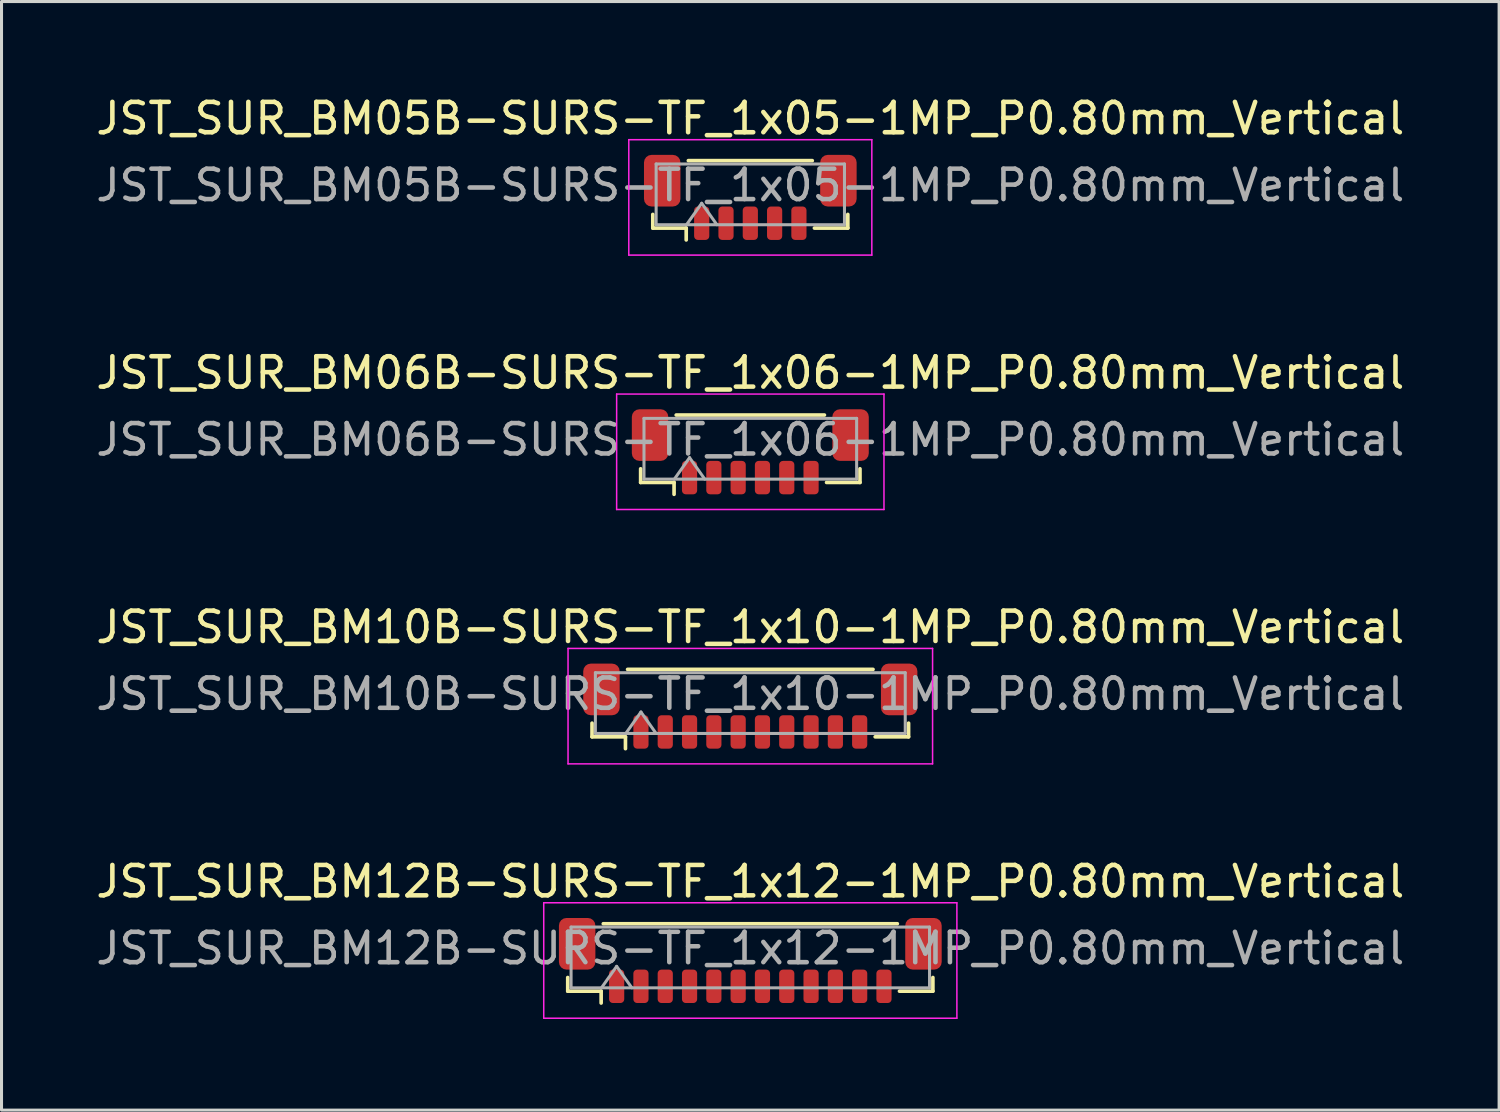
<source format=kicad_pcb>
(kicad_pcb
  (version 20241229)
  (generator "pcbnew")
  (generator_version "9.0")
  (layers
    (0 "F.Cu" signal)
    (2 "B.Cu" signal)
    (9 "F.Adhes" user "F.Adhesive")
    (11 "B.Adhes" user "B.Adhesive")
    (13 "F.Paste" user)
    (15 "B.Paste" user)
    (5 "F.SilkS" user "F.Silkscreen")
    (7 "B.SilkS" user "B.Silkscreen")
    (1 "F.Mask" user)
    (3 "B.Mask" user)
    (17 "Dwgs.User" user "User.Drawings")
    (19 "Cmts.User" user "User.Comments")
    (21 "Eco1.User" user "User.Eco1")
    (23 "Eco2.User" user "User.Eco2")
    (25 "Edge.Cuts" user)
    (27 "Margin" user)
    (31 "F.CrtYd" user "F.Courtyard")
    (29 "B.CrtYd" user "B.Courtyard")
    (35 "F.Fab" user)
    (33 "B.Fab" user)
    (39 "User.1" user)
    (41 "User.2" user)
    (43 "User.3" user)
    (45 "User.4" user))
  (footprint "JST_SUR_BM05B-SURS-TF_1x05-1MP_P0.80mm_Vertical"
    (layer "F.Cu")
    (at 21.649 3.448)
    (property "Reference" "JST_SUR_BM05B-SURS-TF_1x05-1MP_P0.80mm_Vertical" (at 0 -2.6 0) (layer "F.SilkS") (effects (font (size 1 1) (thickness 0.15))))
    (attr smd)
    (fp_line (start -3.21 0.56) (end -3.21 1.01) (stroke (width 0.12) (type solid)) (layer "F.SilkS"))
    (fp_line (start -3.21 1.01) (end -2.11 1.01) (stroke (width 0.12) (type solid)) (layer "F.SilkS"))
    (fp_line (start -2.11 1.01) (end -2.11 1.4) (stroke (width 0.12) (type solid)) (layer "F.SilkS"))
    (fp_line (start -2.04 -1.21) (end 2.04 -1.21) (stroke (width 0.12) (type solid)) (layer "F.SilkS"))
    (fp_line (start 3.21 0.56) (end 3.21 1.01) (stroke (width 0.12) (type solid)) (layer "F.SilkS"))
    (fp_line (start 3.21 1.01) (end 2.11 1.01) (stroke (width 0.12) (type solid)) (layer "F.SilkS"))
    (fp_line (start -4 -1.9) (end -4 1.9) (stroke (width 0.05) (type solid)) (layer "F.CrtYd"))
    (fp_line (start -4 1.9) (end 4 1.9) (stroke (width 0.05) (type solid)) (layer "F.CrtYd"))
    (fp_line (start 4 -1.9) (end -4 -1.9) (stroke (width 0.05) (type solid)) (layer "F.CrtYd"))
    (fp_line (start 4 1.9) (end 4 -1.9) (stroke (width 0.05) (type solid)) (layer "F.CrtYd"))
    (fp_line (start -3.1 -1.1) (end 3.1 -1.1) (stroke (width 0.1) (type solid)) (layer "F.Fab"))
    (fp_line (start -3.1 0.9) (end -3.1 -1.1) (stroke (width 0.1) (type solid)) (layer "F.Fab"))
    (fp_line (start -3.1 0.9) (end 3.1 0.9) (stroke (width 0.1) (type solid)) (layer "F.Fab"))
    (fp_line (start -2.1 0.9) (end -1.6 0.193) (stroke (width 0.1) (type solid)) (layer "F.Fab"))
    (fp_line (start -1.6 0.193) (end -1.1 0.9) (stroke (width 0.1) (type solid)) (layer "F.Fab"))
    (fp_line (start 3.1 0.9) (end 3.1 -1.1) (stroke (width 0.1) (type solid)) (layer "F.Fab"))
    (fp_text user "${REFERENCE}" (at 0 -0.4 0) (layer "F.Fab") (effects (font (size 1 1) (thickness 0.15))))
    (pad "1" smd roundrect (at -1.6 0.85) (size 0.5 1.1) (layers "F.Cu" "F.Mask" "F.Paste") (roundrect_rratio 0.25))
    (pad "2" smd roundrect (at -0.8 0.85) (size 0.5 1.1) (layers "F.Cu" "F.Mask" "F.Paste") (roundrect_rratio 0.25))
    (pad "3" smd roundrect (at 0 0.85) (size 0.5 1.1) (layers "F.Cu" "F.Mask" "F.Paste") (roundrect_rratio 0.25))
    (pad "4" smd roundrect (at 0.8 0.85) (size 0.5 1.1) (layers "F.Cu" "F.Mask" "F.Paste") (roundrect_rratio 0.25))
    (pad "5" smd roundrect (at 1.6 0.85) (size 0.5 1.1) (layers "F.Cu" "F.Mask" "F.Paste") (roundrect_rratio 0.25))
    (pad "MP" smd roundrect (at -2.9 -0.55) (size 1.2 1.7) (layers "F.Cu" "F.Mask" "F.Paste") (roundrect_rratio 0.208))
    (pad "MP" smd roundrect (at 2.9 -0.55) (size 1.2 1.7) (layers "F.Cu" "F.Mask" "F.Paste") (roundrect_rratio 0.208)))
  (footprint "JST_SUR_BM12B-SURS-TF_1x12-1MP_P0.80mm_Vertical"
    (layer "F.Cu")
    (at 21.649 28.568)
    (property "Reference" "JST_SUR_BM12B-SURS-TF_1x12-1MP_P0.80mm_Vertical" (at 0 -2.6 0) (layer "F.SilkS") (effects (font (size 1 1) (thickness 0.15))))
    (attr smd)
    (fp_line (start -6.01 0.56) (end -6.01 1.01) (stroke (width 0.12) (type solid)) (layer "F.SilkS"))
    (fp_line (start -6.01 1.01) (end -4.91 1.01) (stroke (width 0.12) (type solid)) (layer "F.SilkS"))
    (fp_line (start -4.91 1.01) (end -4.91 1.4) (stroke (width 0.12) (type solid)) (layer "F.SilkS"))
    (fp_line (start -4.84 -1.21) (end 4.84 -1.21) (stroke (width 0.12) (type solid)) (layer "F.SilkS"))
    (fp_line (start 6.01 0.56) (end 6.01 1.01) (stroke (width 0.12) (type solid)) (layer "F.SilkS"))
    (fp_line (start 6.01 1.01) (end 4.91 1.01) (stroke (width 0.12) (type solid)) (layer "F.SilkS"))
    (fp_line (start -6.8 -1.9) (end -6.8 1.9) (stroke (width 0.05) (type solid)) (layer "F.CrtYd"))
    (fp_line (start -6.8 1.9) (end 6.8 1.9) (stroke (width 0.05) (type solid)) (layer "F.CrtYd"))
    (fp_line (start 6.8 -1.9) (end -6.8 -1.9) (stroke (width 0.05) (type solid)) (layer "F.CrtYd"))
    (fp_line (start 6.8 1.9) (end 6.8 -1.9) (stroke (width 0.05) (type solid)) (layer "F.CrtYd"))
    (fp_line (start -5.9 -1.1) (end 5.9 -1.1) (stroke (width 0.1) (type solid)) (layer "F.Fab"))
    (fp_line (start -5.9 0.9) (end -5.9 -1.1) (stroke (width 0.1) (type solid)) (layer "F.Fab"))
    (fp_line (start -5.9 0.9) (end 5.9 0.9) (stroke (width 0.1) (type solid)) (layer "F.Fab"))
    (fp_line (start -4.9 0.9) (end -4.4 0.193) (stroke (width 0.1) (type solid)) (layer "F.Fab"))
    (fp_line (start -4.4 0.193) (end -3.9 0.9) (stroke (width 0.1) (type solid)) (layer "F.Fab"))
    (fp_line (start 5.9 0.9) (end 5.9 -1.1) (stroke (width 0.1) (type solid)) (layer "F.Fab"))
    (fp_text user "${REFERENCE}" (at 0 -0.4 0) (layer "F.Fab") (effects (font (size 1 1) (thickness 0.15))))
    (pad "1" smd roundrect (at -4.4 0.85) (size 0.5 1.1) (layers "F.Cu" "F.Mask" "F.Paste") (roundrect_rratio 0.25))
    (pad "2" smd roundrect (at -3.6 0.85) (size 0.5 1.1) (layers "F.Cu" "F.Mask" "F.Paste") (roundrect_rratio 0.25))
    (pad "3" smd roundrect (at -2.8 0.85) (size 0.5 1.1) (layers "F.Cu" "F.Mask" "F.Paste") (roundrect_rratio 0.25))
    (pad "4" smd roundrect (at -2 0.85) (size 0.5 1.1) (layers "F.Cu" "F.Mask" "F.Paste") (roundrect_rratio 0.25))
    (pad "5" smd roundrect (at -1.2 0.85) (size 0.5 1.1) (layers "F.Cu" "F.Mask" "F.Paste") (roundrect_rratio 0.25))
    (pad "6" smd roundrect (at -0.4 0.85) (size 0.5 1.1) (layers "F.Cu" "F.Mask" "F.Paste") (roundrect_rratio 0.25))
    (pad "7" smd roundrect (at 0.4 0.85) (size 0.5 1.1) (layers "F.Cu" "F.Mask" "F.Paste") (roundrect_rratio 0.25))
    (pad "8" smd roundrect (at 1.2 0.85) (size 0.5 1.1) (layers "F.Cu" "F.Mask" "F.Paste") (roundrect_rratio 0.25))
    (pad "9" smd roundrect (at 2 0.85) (size 0.5 1.1) (layers "F.Cu" "F.Mask" "F.Paste") (roundrect_rratio 0.25))
    (pad "10" smd roundrect (at 2.8 0.85) (size 0.5 1.1) (layers "F.Cu" "F.Mask" "F.Paste") (roundrect_rratio 0.25))
    (pad "11" smd roundrect (at 3.6 0.85) (size 0.5 1.1) (layers "F.Cu" "F.Mask" "F.Paste") (roundrect_rratio 0.25))
    (pad "12" smd roundrect (at 4.4 0.85) (size 0.5 1.1) (layers "F.Cu" "F.Mask" "F.Paste") (roundrect_rratio 0.25))
    (pad "MP" smd roundrect (at -5.7 -0.55) (size 1.2 1.7) (layers "F.Cu" "F.Mask" "F.Paste") (roundrect_rratio 0.208))
    (pad "MP" smd roundrect (at 5.7 -0.55) (size 1.2 1.7) (layers "F.Cu" "F.Mask" "F.Paste") (roundrect_rratio 0.208)))
  (footprint "JST_SUR_BM10B-SURS-TF_1x10-1MP_P0.80mm_Vertical"
    (layer "F.Cu")
    (at 21.649 20.195)
    (property "Reference" "JST_SUR_BM10B-SURS-TF_1x10-1MP_P0.80mm_Vertical" (at 0 -2.6 0) (layer "F.SilkS") (effects (font (size 1 1) (thickness 0.15))))
    (attr smd)
    (fp_line (start -5.21 0.56) (end -5.21 1.01) (stroke (width 0.12) (type solid)) (layer "F.SilkS"))
    (fp_line (start -5.21 1.01) (end -4.11 1.01) (stroke (width 0.12) (type solid)) (layer "F.SilkS"))
    (fp_line (start -4.11 1.01) (end -4.11 1.4) (stroke (width 0.12) (type solid)) (layer "F.SilkS"))
    (fp_line (start -4.04 -1.21) (end 4.04 -1.21) (stroke (width 0.12) (type solid)) (layer "F.SilkS"))
    (fp_line (start 5.21 0.56) (end 5.21 1.01) (stroke (width 0.12) (type solid)) (layer "F.SilkS"))
    (fp_line (start 5.21 1.01) (end 4.11 1.01) (stroke (width 0.12) (type solid)) (layer "F.SilkS"))
    (fp_line (start -6 -1.9) (end -6 1.9) (stroke (width 0.05) (type solid)) (layer "F.CrtYd"))
    (fp_line (start -6 1.9) (end 6 1.9) (stroke (width 0.05) (type solid)) (layer "F.CrtYd"))
    (fp_line (start 6 -1.9) (end -6 -1.9) (stroke (width 0.05) (type solid)) (layer "F.CrtYd"))
    (fp_line (start 6 1.9) (end 6 -1.9) (stroke (width 0.05) (type solid)) (layer "F.CrtYd"))
    (fp_line (start -5.1 -1.1) (end 5.1 -1.1) (stroke (width 0.1) (type solid)) (layer "F.Fab"))
    (fp_line (start -5.1 0.9) (end -5.1 -1.1) (stroke (width 0.1) (type solid)) (layer "F.Fab"))
    (fp_line (start -5.1 0.9) (end 5.1 0.9) (stroke (width 0.1) (type solid)) (layer "F.Fab"))
    (fp_line (start -4.1 0.9) (end -3.6 0.193) (stroke (width 0.1) (type solid)) (layer "F.Fab"))
    (fp_line (start -3.6 0.193) (end -3.1 0.9) (stroke (width 0.1) (type solid)) (layer "F.Fab"))
    (fp_line (start 5.1 0.9) (end 5.1 -1.1) (stroke (width 0.1) (type solid)) (layer "F.Fab"))
    (fp_text user "${REFERENCE}" (at 0 -0.4 0) (layer "F.Fab") (effects (font (size 1 1) (thickness 0.15))))
    (pad "1" smd roundrect (at -3.6 0.85) (size 0.5 1.1) (layers "F.Cu" "F.Mask" "F.Paste") (roundrect_rratio 0.25))
    (pad "2" smd roundrect (at -2.8 0.85) (size 0.5 1.1) (layers "F.Cu" "F.Mask" "F.Paste") (roundrect_rratio 0.25))
    (pad "3" smd roundrect (at -2 0.85) (size 0.5 1.1) (layers "F.Cu" "F.Mask" "F.Paste") (roundrect_rratio 0.25))
    (pad "4" smd roundrect (at -1.2 0.85) (size 0.5 1.1) (layers "F.Cu" "F.Mask" "F.Paste") (roundrect_rratio 0.25))
    (pad "5" smd roundrect (at -0.4 0.85) (size 0.5 1.1) (layers "F.Cu" "F.Mask" "F.Paste") (roundrect_rratio 0.25))
    (pad "6" smd roundrect (at 0.4 0.85) (size 0.5 1.1) (layers "F.Cu" "F.Mask" "F.Paste") (roundrect_rratio 0.25))
    (pad "7" smd roundrect (at 1.2 0.85) (size 0.5 1.1) (layers "F.Cu" "F.Mask" "F.Paste") (roundrect_rratio 0.25))
    (pad "8" smd roundrect (at 2 0.85) (size 0.5 1.1) (layers "F.Cu" "F.Mask" "F.Paste") (roundrect_rratio 0.25))
    (pad "9" smd roundrect (at 2.8 0.85) (size 0.5 1.1) (layers "F.Cu" "F.Mask" "F.Paste") (roundrect_rratio 0.25))
    (pad "10" smd roundrect (at 3.6 0.85) (size 0.5 1.1) (layers "F.Cu" "F.Mask" "F.Paste") (roundrect_rratio 0.25))
    (pad "MP" smd roundrect (at -4.9 -0.55) (size 1.2 1.7) (layers "F.Cu" "F.Mask" "F.Paste") (roundrect_rratio 0.208))
    (pad "MP" smd roundrect (at 4.9 -0.55) (size 1.2 1.7) (layers "F.Cu" "F.Mask" "F.Paste") (roundrect_rratio 0.208)))
  (footprint "JST_SUR_BM06B-SURS-TF_1x06-1MP_P0.80mm_Vertical"
    (layer "F.Cu")
    (at 21.649 11.822)
    (property "Reference" "JST_SUR_BM06B-SURS-TF_1x06-1MP_P0.80mm_Vertical" (at 0 -2.6 0) (layer "F.SilkS") (effects (font (size 1 1) (thickness 0.15))))
    (attr smd)
    (fp_line (start -3.61 0.56) (end -3.61 1.01) (stroke (width 0.12) (type solid)) (layer "F.SilkS"))
    (fp_line (start -3.61 1.01) (end -2.51 1.01) (stroke (width 0.12) (type solid)) (layer "F.SilkS"))
    (fp_line (start -2.51 1.01) (end -2.51 1.4) (stroke (width 0.12) (type solid)) (layer "F.SilkS"))
    (fp_line (start -2.44 -1.21) (end 2.44 -1.21) (stroke (width 0.12) (type solid)) (layer "F.SilkS"))
    (fp_line (start 3.61 0.56) (end 3.61 1.01) (stroke (width 0.12) (type solid)) (layer "F.SilkS"))
    (fp_line (start 3.61 1.01) (end 2.51 1.01) (stroke (width 0.12) (type solid)) (layer "F.SilkS"))
    (fp_line (start -4.4 -1.9) (end -4.4 1.9) (stroke (width 0.05) (type solid)) (layer "F.CrtYd"))
    (fp_line (start -4.4 1.9) (end 4.4 1.9) (stroke (width 0.05) (type solid)) (layer "F.CrtYd"))
    (fp_line (start 4.4 -1.9) (end -4.4 -1.9) (stroke (width 0.05) (type solid)) (layer "F.CrtYd"))
    (fp_line (start 4.4 1.9) (end 4.4 -1.9) (stroke (width 0.05) (type solid)) (layer "F.CrtYd"))
    (fp_line (start -3.5 -1.1) (end 3.5 -1.1) (stroke (width 0.1) (type solid)) (layer "F.Fab"))
    (fp_line (start -3.5 0.9) (end -3.5 -1.1) (stroke (width 0.1) (type solid)) (layer "F.Fab"))
    (fp_line (start -3.5 0.9) (end 3.5 0.9) (stroke (width 0.1) (type solid)) (layer "F.Fab"))
    (fp_line (start -2.5 0.9) (end -2 0.193) (stroke (width 0.1) (type solid)) (layer "F.Fab"))
    (fp_line (start -2 0.193) (end -1.5 0.9) (stroke (width 0.1) (type solid)) (layer "F.Fab"))
    (fp_line (start 3.5 0.9) (end 3.5 -1.1) (stroke (width 0.1) (type solid)) (layer "F.Fab"))
    (fp_text user "${REFERENCE}" (at 0 -0.4 0) (layer "F.Fab") (effects (font (size 1 1) (thickness 0.15))))
    (pad "1" smd roundrect (at -2 0.85) (size 0.5 1.1) (layers "F.Cu" "F.Mask" "F.Paste") (roundrect_rratio 0.25))
    (pad "2" smd roundrect (at -1.2 0.85) (size 0.5 1.1) (layers "F.Cu" "F.Mask" "F.Paste") (roundrect_rratio 0.25))
    (pad "3" smd roundrect (at -0.4 0.85) (size 0.5 1.1) (layers "F.Cu" "F.Mask" "F.Paste") (roundrect_rratio 0.25))
    (pad "4" smd roundrect (at 0.4 0.85) (size 0.5 1.1) (layers "F.Cu" "F.Mask" "F.Paste") (roundrect_rratio 0.25))
    (pad "5" smd roundrect (at 1.2 0.85) (size 0.5 1.1) (layers "F.Cu" "F.Mask" "F.Paste") (roundrect_rratio 0.25))
    (pad "6" smd roundrect (at 2 0.85) (size 0.5 1.1) (layers "F.Cu" "F.Mask" "F.Paste") (roundrect_rratio 0.25))
    (pad "MP" smd roundrect (at -3.3 -0.55) (size 1.2 1.7) (layers "F.Cu" "F.Mask" "F.Paste") (roundrect_rratio 0.208))
    (pad "MP" smd roundrect (at 3.3 -0.55) (size 1.2 1.7) (layers "F.Cu" "F.Mask" "F.Paste") (roundrect_rratio 0.208)))
  (gr_rect
    (start -3 -3)
    (end 46.298 33.493)
    (stroke (width 0.1) (type default))
    (fill no)
    (layer "Edge.Cuts")))
</source>
